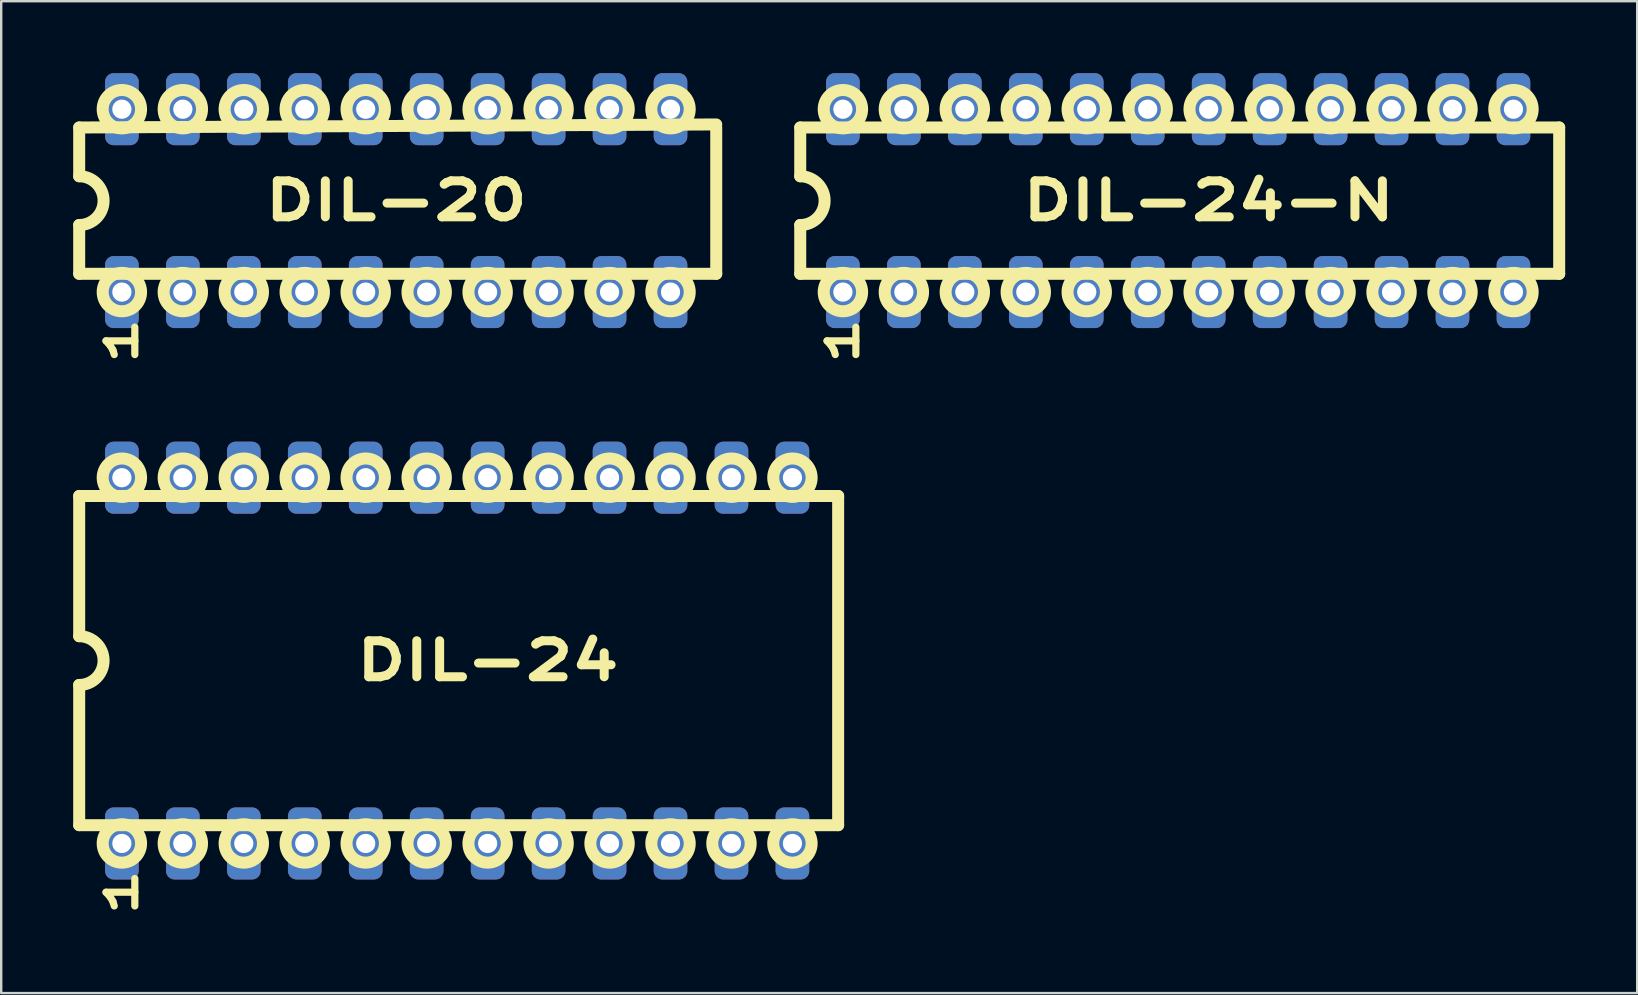
<source format=kicad_pcb>
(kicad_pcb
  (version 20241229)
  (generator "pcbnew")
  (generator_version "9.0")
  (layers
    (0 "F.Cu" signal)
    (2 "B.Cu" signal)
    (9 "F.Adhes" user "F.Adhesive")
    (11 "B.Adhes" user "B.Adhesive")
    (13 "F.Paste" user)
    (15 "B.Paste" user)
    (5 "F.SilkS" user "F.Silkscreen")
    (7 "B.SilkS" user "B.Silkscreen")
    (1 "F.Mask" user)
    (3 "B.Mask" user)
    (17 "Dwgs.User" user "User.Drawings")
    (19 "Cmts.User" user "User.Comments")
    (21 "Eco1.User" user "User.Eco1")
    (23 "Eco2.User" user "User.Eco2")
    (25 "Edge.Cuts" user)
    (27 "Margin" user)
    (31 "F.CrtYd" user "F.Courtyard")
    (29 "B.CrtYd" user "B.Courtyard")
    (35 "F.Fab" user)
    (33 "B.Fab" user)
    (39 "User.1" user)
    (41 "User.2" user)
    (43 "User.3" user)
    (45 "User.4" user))
  (footprint "DIL-24"
    (layer "F.Cu")
    (at 15.998 24.474)
    (property "Reference" "DIL-24" (at 1.27 0 0) (layer "F.SilkS") (effects (font (size 1.5 2) (thickness 0.375))))
    (attr through_hole)
    (fp_line (start -15.748 -6.858) (end 15.875 -6.858) (stroke (width 0.5) (type solid)) (layer "F.SilkS"))
    (fp_line (start -15.748 -1.016) (end -15.748 -6.858) (stroke (width 0.5) (type solid)) (layer "F.SilkS"))
    (fp_line (start -15.748 1.016) (end -15.748 6.858) (stroke (width 0.5) (type solid)) (layer "F.SilkS"))
    (fp_line (start 15.875 -6.858) (end 15.875 6.858) (stroke (width 0.5) (type solid)) (layer "F.SilkS"))
    (fp_line (start 15.875 6.858) (end -15.748 6.858) (stroke (width 0.5) (type solid)) (layer "F.SilkS"))
    (fp_arc (start -15.748 -1.016) (mid -14.732 0) (end -15.748 1.016) (stroke (width 0.5) (type solid)) (layer "F.SilkS"))
    (fp_circle (center -13.97 -7.62) (end -13.17 -7.62) (stroke (width 0.5) (type solid)) (fill no) (layer "F.SilkS"))
    (fp_circle (center -13.97 7.62) (end -13.17 7.62) (stroke (width 0.5) (type solid)) (fill no) (layer "F.SilkS"))
    (fp_circle (center -11.43 -7.62) (end -10.63 -7.62) (stroke (width 0.5) (type solid)) (fill no) (layer "F.SilkS"))
    (fp_circle (center -11.43 7.62) (end -10.63 7.62) (stroke (width 0.5) (type solid)) (fill no) (layer "F.SilkS"))
    (fp_circle (center -8.89 -7.62) (end -8.09 -7.62) (stroke (width 0.5) (type solid)) (fill no) (layer "F.SilkS"))
    (fp_circle (center -8.89 7.62) (end -8.09 7.62) (stroke (width 0.5) (type solid)) (fill no) (layer "F.SilkS"))
    (fp_circle (center -6.35 -7.62) (end -5.55 -7.62) (stroke (width 0.5) (type solid)) (fill no) (layer "F.SilkS"))
    (fp_circle (center -6.35 7.62) (end -5.55 7.62) (stroke (width 0.5) (type solid)) (fill no) (layer "F.SilkS"))
    (fp_circle (center -3.81 -7.62) (end -3.01 -7.62) (stroke (width 0.5) (type solid)) (fill no) (layer "F.SilkS"))
    (fp_circle (center -3.81 7.62) (end -3.01 7.62) (stroke (width 0.5) (type solid)) (fill no) (layer "F.SilkS"))
    (fp_circle (center -1.27 -7.62) (end -0.47 -7.62) (stroke (width 0.5) (type solid)) (fill no) (layer "F.SilkS"))
    (fp_circle (center -1.27 7.62) (end -0.47 7.62) (stroke (width 0.5) (type solid)) (fill no) (layer "F.SilkS"))
    (fp_circle (center 1.27 -7.62) (end 2.07 -7.62) (stroke (width 0.5) (type solid)) (fill no) (layer "F.SilkS"))
    (fp_circle (center 1.27 7.62) (end 2.07 7.62) (stroke (width 0.5) (type solid)) (fill no) (layer "F.SilkS"))
    (fp_circle (center 3.81 -7.62) (end 4.61 -7.62) (stroke (width 0.5) (type solid)) (fill no) (layer "F.SilkS"))
    (fp_circle (center 3.81 7.62) (end 4.61 7.62) (stroke (width 0.5) (type solid)) (fill no) (layer "F.SilkS"))
    (fp_circle (center 6.35 -7.62) (end 7.15 -7.62) (stroke (width 0.5) (type solid)) (fill no) (layer "F.SilkS"))
    (fp_circle (center 6.35 7.62) (end 7.15 7.62) (stroke (width 0.5) (type solid)) (fill no) (layer "F.SilkS"))
    (fp_circle (center 8.89 -7.62) (end 9.69 -7.62) (stroke (width 0.5) (type solid)) (fill no) (layer "F.SilkS"))
    (fp_circle (center 8.89 7.62) (end 9.69 7.62) (stroke (width 0.5) (type solid)) (fill no) (layer "F.SilkS"))
    (fp_circle (center 11.43 -7.62) (end 12.23 -7.62) (stroke (width 0.5) (type solid)) (fill no) (layer "F.SilkS"))
    (fp_circle (center 11.43 7.62) (end 12.23 7.62) (stroke (width 0.5) (type solid)) (fill no) (layer "F.SilkS"))
    (fp_circle (center 13.97 -7.62) (end 14.77 -7.62) (stroke (width 0.5) (type solid)) (fill no) (layer "F.SilkS"))
    (fp_circle (center 13.97 7.62) (end 14.77 7.62) (stroke (width 0.5) (type solid)) (fill no) (layer "F.SilkS"))
    (fp_text user "1" (at -13.97 9.652 90) (unlocked yes) (layer "F.SilkS") (effects (font (size 1.2 2) (thickness 0.3))))
    (pad "1" thru_hole roundrect (at -13.97 7.62) (size 1.4 3) (drill 0.8) (layers "*.Cu" "*.Mask") (roundrect_rratio 0.25))
    (pad "2" thru_hole roundrect (at -11.43 7.62) (size 1.4 3) (drill 0.8) (layers "*.Cu" "*.Mask") (roundrect_rratio 0.25))
    (pad "3" thru_hole roundrect (at -8.89 7.62) (size 1.4 3) (drill 0.8) (layers "*.Cu" "*.Mask") (roundrect_rratio 0.25))
    (pad "4" thru_hole roundrect (at -6.35 7.62) (size 1.4 3) (drill 0.8) (layers "*.Cu" "*.Mask") (roundrect_rratio 0.25))
    (pad "5" thru_hole roundrect (at -3.81 7.62) (size 1.4 3) (drill 0.8) (layers "*.Cu" "*.Mask") (roundrect_rratio 0.25))
    (pad "6" thru_hole roundrect (at -1.27 7.62) (size 1.4 3) (drill 0.8) (layers "*.Cu" "*.Mask") (roundrect_rratio 0.25))
    (pad "7" thru_hole roundrect (at 1.27 7.62) (size 1.4 3) (drill 0.8) (layers "*.Cu" "*.Mask") (roundrect_rratio 0.25))
    (pad "8" thru_hole roundrect (at 3.81 7.62) (size 1.4 3) (drill 0.8) (layers "*.Cu" "*.Mask") (roundrect_rratio 0.25))
    (pad "9" thru_hole roundrect (at 6.35 7.62) (size 1.4 3) (drill 0.8) (layers "*.Cu" "*.Mask") (roundrect_rratio 0.25))
    (pad "10" thru_hole roundrect (at 8.89 7.62) (size 1.4 3) (drill 0.8) (layers "*.Cu" "*.Mask") (roundrect_rratio 0.25))
    (pad "11" thru_hole roundrect (at 11.43 7.62) (size 1.4 3) (drill 0.8) (layers "*.Cu" "*.Mask") (roundrect_rratio 0.25))
    (pad "12" thru_hole roundrect (at 13.97 7.62) (size 1.4 3) (drill 0.8) (layers "*.Cu" "*.Mask") (roundrect_rratio 0.25))
    (pad "13" thru_hole roundrect (at 13.97 -7.62) (size 1.4 3) (drill 0.8) (layers "*.Cu" "*.Mask") (roundrect_rratio 0.25))
    (pad "14" thru_hole roundrect (at 11.43 -7.62) (size 1.4 3) (drill 0.8) (layers "*.Cu" "*.Mask") (roundrect_rratio 0.25))
    (pad "15" thru_hole roundrect (at 8.89 -7.62) (size 1.4 3) (drill 0.8) (layers "*.Cu" "*.Mask") (roundrect_rratio 0.25))
    (pad "16" thru_hole roundrect (at 6.35 -7.62) (size 1.4 3) (drill 0.8) (layers "*.Cu" "*.Mask") (roundrect_rratio 0.25))
    (pad "17" thru_hole roundrect (at 3.81 -7.62) (size 1.4 3) (drill 0.8) (layers "*.Cu" "*.Mask") (roundrect_rratio 0.25))
    (pad "18" thru_hole roundrect (at 1.27 -7.62) (size 1.4 3) (drill 0.8) (layers "*.Cu" "*.Mask") (roundrect_rratio 0.25))
    (pad "19" thru_hole roundrect (at -1.27 -7.62) (size 1.4 3) (drill 0.8) (layers "*.Cu" "*.Mask") (roundrect_rratio 0.25))
    (pad "20" thru_hole roundrect (at -3.81 -7.62) (size 1.4 3) (drill 0.8) (layers "*.Cu" "*.Mask") (roundrect_rratio 0.25))
    (pad "21" thru_hole roundrect (at -6.35 -7.62) (size 1.4 3) (drill 0.8) (layers "*.Cu" "*.Mask") (roundrect_rratio 0.25))
    (pad "22" thru_hole roundrect (at -8.89 -7.62) (size 1.4 3) (drill 0.8) (layers "*.Cu" "*.Mask") (roundrect_rratio 0.25))
    (pad "23" thru_hole roundrect (at -11.43 -7.62) (size 1.4 3) (drill 0.8) (layers "*.Cu" "*.Mask") (roundrect_rratio 0.25))
    (pad "24" thru_hole roundrect (at -13.97 -7.62) (size 1.4 3) (drill 0.8) (layers "*.Cu" "*.Mask") (roundrect_rratio 0.25)))
  (footprint "DIL-20"
    (layer "F.Cu")
    (at 12.188 5.31)
    (property "Reference" "DIL-20" (at 1.27 0 0) (layer "F.SilkS") (effects (font (size 1.5 2) (thickness 0.375))))
    (attr through_hole)
    (fp_line (start -11.938 -3.048) (end 14.605 -3.175) (stroke (width 0.5) (type solid)) (layer "F.SilkS"))
    (fp_line (start -11.938 -1.016) (end -11.938 -3.048) (stroke (width 0.5) (type solid)) (layer "F.SilkS"))
    (fp_line (start -11.938 1.016) (end -11.938 3.048) (stroke (width 0.5) (type solid)) (layer "F.SilkS"))
    (fp_line (start 14.605 -3.048) (end 14.605 3.048) (stroke (width 0.5) (type solid)) (layer "F.SilkS"))
    (fp_line (start 14.605 3.048) (end -11.938 3.048) (stroke (width 0.5) (type solid)) (layer "F.SilkS"))
    (fp_arc (start -11.938 -1.016) (mid -10.922 0) (end -11.938 1.016) (stroke (width 0.5) (type solid)) (layer "F.SilkS"))
    (fp_circle (center -10.16 -3.81) (end -9.36 -3.81) (stroke (width 0.5) (type solid)) (fill no) (layer "F.SilkS"))
    (fp_circle (center -10.16 3.81) (end -9.36 3.81) (stroke (width 0.5) (type solid)) (fill no) (layer "F.SilkS"))
    (fp_circle (center -7.62 -3.81) (end -6.82 -3.81) (stroke (width 0.5) (type solid)) (fill no) (layer "F.SilkS"))
    (fp_circle (center -7.62 3.81) (end -6.82 3.81) (stroke (width 0.5) (type solid)) (fill no) (layer "F.SilkS"))
    (fp_circle (center -5.08 -3.81) (end -4.28 -3.81) (stroke (width 0.5) (type solid)) (fill no) (layer "F.SilkS"))
    (fp_circle (center -5.08 3.81) (end -4.28 3.81) (stroke (width 0.5) (type solid)) (fill no) (layer "F.SilkS"))
    (fp_circle (center -2.54 -3.81) (end -1.74 -3.81) (stroke (width 0.5) (type solid)) (fill no) (layer "F.SilkS"))
    (fp_circle (center -2.54 3.81) (end -1.74 3.81) (stroke (width 0.5) (type solid)) (fill no) (layer "F.SilkS"))
    (fp_circle (center 0 -3.81) (end 0.8 -3.81) (stroke (width 0.5) (type solid)) (fill no) (layer "F.SilkS"))
    (fp_circle (center 0 3.81) (end 0.8 3.81) (stroke (width 0.5) (type solid)) (fill no) (layer "F.SilkS"))
    (fp_circle (center 2.54 -3.81) (end 3.34 -3.81) (stroke (width 0.5) (type solid)) (fill no) (layer "F.SilkS"))
    (fp_circle (center 2.54 3.81) (end 3.34 3.81) (stroke (width 0.5) (type solid)) (fill no) (layer "F.SilkS"))
    (fp_circle (center 5.08 -3.81) (end 5.88 -3.81) (stroke (width 0.5) (type solid)) (fill no) (layer "F.SilkS"))
    (fp_circle (center 5.08 3.81) (end 5.88 3.81) (stroke (width 0.5) (type solid)) (fill no) (layer "F.SilkS"))
    (fp_circle (center 7.62 -3.81) (end 8.42 -3.81) (stroke (width 0.5) (type solid)) (fill no) (layer "F.SilkS"))
    (fp_circle (center 7.62 3.81) (end 8.42 3.81) (stroke (width 0.5) (type solid)) (fill no) (layer "F.SilkS"))
    (fp_circle (center 10.16 -3.81) (end 10.96 -3.81) (stroke (width 0.5) (type solid)) (fill no) (layer "F.SilkS"))
    (fp_circle (center 10.16 3.81) (end 10.96 3.81) (stroke (width 0.5) (type solid)) (fill no) (layer "F.SilkS"))
    (fp_circle (center 12.7 -3.81) (end 13.5 -3.81) (stroke (width 0.5) (type solid)) (fill no) (layer "F.SilkS"))
    (fp_circle (center 12.7 3.81) (end 13.5 3.81) (stroke (width 0.5) (type solid)) (fill no) (layer "F.SilkS"))
    (fp_text user "1" (at -10.16 5.842 90) (unlocked yes) (layer "F.SilkS") (effects (font (size 1.2 2) (thickness 0.3))))
    (pad "1" thru_hole roundrect (at -10.16 3.81) (size 1.4 3) (drill 0.8) (layers "*.Cu" "*.Mask") (roundrect_rratio 0.25))
    (pad "2" thru_hole roundrect (at -7.62 3.81) (size 1.4 3) (drill 0.8) (layers "*.Cu" "*.Mask") (roundrect_rratio 0.25))
    (pad "3" thru_hole roundrect (at -5.08 3.81) (size 1.4 3) (drill 0.8) (layers "*.Cu" "*.Mask") (roundrect_rratio 0.25))
    (pad "4" thru_hole roundrect (at -2.54 3.81) (size 1.4 3) (drill 0.8) (layers "*.Cu" "*.Mask") (roundrect_rratio 0.25))
    (pad "5" thru_hole roundrect (at 0 3.81) (size 1.4 3) (drill 0.8) (layers "*.Cu" "*.Mask") (roundrect_rratio 0.25))
    (pad "6" thru_hole roundrect (at 2.54 3.81) (size 1.4 3) (drill 0.8) (layers "*.Cu" "*.Mask") (roundrect_rratio 0.25))
    (pad "7" thru_hole roundrect (at 5.08 3.81) (size 1.4 3) (drill 0.8) (layers "*.Cu" "*.Mask") (roundrect_rratio 0.25))
    (pad "8" thru_hole roundrect (at 7.62 3.81) (size 1.4 3) (drill 0.8) (layers "*.Cu" "*.Mask") (roundrect_rratio 0.25))
    (pad "9" thru_hole roundrect (at 10.16 3.81) (size 1.4 3) (drill 0.8) (layers "*.Cu" "*.Mask") (roundrect_rratio 0.25))
    (pad "10" thru_hole roundrect (at 12.7 3.81) (size 1.4 3) (drill 0.8) (layers "*.Cu" "*.Mask") (roundrect_rratio 0.25))
    (pad "11" thru_hole roundrect (at 12.7 -3.81) (size 1.4 3) (drill 0.8) (layers "*.Cu" "*.Mask") (roundrect_rratio 0.25))
    (pad "12" thru_hole roundrect (at 10.16 -3.81) (size 1.4 3) (drill 0.8) (layers "*.Cu" "*.Mask") (roundrect_rratio 0.25))
    (pad "13" thru_hole roundrect (at 7.62 -3.81) (size 1.4 3) (drill 0.8) (layers "*.Cu" "*.Mask") (roundrect_rratio 0.25))
    (pad "14" thru_hole roundrect (at 5.08 -3.81) (size 1.4 3) (drill 0.8) (layers "*.Cu" "*.Mask") (roundrect_rratio 0.25))
    (pad "15" thru_hole roundrect (at 2.54 -3.81) (size 1.4 3) (drill 0.8) (layers "*.Cu" "*.Mask") (roundrect_rratio 0.25))
    (pad "16" thru_hole roundrect (at 0 -3.81) (size 1.4 3) (drill 0.8) (layers "*.Cu" "*.Mask") (roundrect_rratio 0.25))
    (pad "17" thru_hole roundrect (at -2.54 -3.81) (size 1.4 3) (drill 0.8) (layers "*.Cu" "*.Mask") (roundrect_rratio 0.25))
    (pad "18" thru_hole roundrect (at -5.08 -3.81) (size 1.4 3) (drill 0.8) (layers "*.Cu" "*.Mask") (roundrect_rratio 0.25))
    (pad "19" thru_hole roundrect (at -7.62 -3.81) (size 1.4 3) (drill 0.8) (layers "*.Cu" "*.Mask") (roundrect_rratio 0.25))
    (pad "20" thru_hole roundrect (at -10.16 -3.81) (size 1.4 3) (drill 0.8) (layers "*.Cu" "*.Mask") (roundrect_rratio 0.25)))
  (footprint "DIL-24-N"
    (layer "F.Cu")
    (at 46.041 5.31)
    (property "Reference" "DIL-24-N" (at 1.27 0 0) (layer "F.SilkS") (effects (font (size 1.5 2) (thickness 0.375))))
    (attr through_hole)
    (fp_line (start -15.748 -3.048) (end 15.875 -3.048) (stroke (width 0.5) (type solid)) (layer "F.SilkS"))
    (fp_line (start -15.748 -1.016) (end -15.748 -3.048) (stroke (width 0.5) (type solid)) (layer "F.SilkS"))
    (fp_line (start -15.748 1.016) (end -15.748 3.048) (stroke (width 0.5) (type solid)) (layer "F.SilkS"))
    (fp_line (start 15.875 -3.048) (end 15.875 3.048) (stroke (width 0.5) (type solid)) (layer "F.SilkS"))
    (fp_line (start 15.875 3.048) (end -15.748 3.048) (stroke (width 0.5) (type solid)) (layer "F.SilkS"))
    (fp_arc (start -15.748 -1.016) (mid -14.732 0) (end -15.748 1.016) (stroke (width 0.5) (type solid)) (layer "F.SilkS"))
    (fp_circle (center -13.97 -3.81) (end -13.17 -3.81) (stroke (width 0.5) (type solid)) (fill no) (layer "F.SilkS"))
    (fp_circle (center -13.97 3.81) (end -13.17 3.81) (stroke (width 0.5) (type solid)) (fill no) (layer "F.SilkS"))
    (fp_circle (center -11.43 -3.81) (end -10.63 -3.81) (stroke (width 0.5) (type solid)) (fill no) (layer "F.SilkS"))
    (fp_circle (center -11.43 3.81) (end -10.63 3.81) (stroke (width 0.5) (type solid)) (fill no) (layer "F.SilkS"))
    (fp_circle (center -8.89 -3.81) (end -8.09 -3.81) (stroke (width 0.5) (type solid)) (fill no) (layer "F.SilkS"))
    (fp_circle (center -8.89 3.81) (end -8.09 3.81) (stroke (width 0.5) (type solid)) (fill no) (layer "F.SilkS"))
    (fp_circle (center -6.35 -3.81) (end -5.55 -3.81) (stroke (width 0.5) (type solid)) (fill no) (layer "F.SilkS"))
    (fp_circle (center -6.35 3.81) (end -5.55 3.81) (stroke (width 0.5) (type solid)) (fill no) (layer "F.SilkS"))
    (fp_circle (center -3.81 -3.81) (end -3.01 -3.81) (stroke (width 0.5) (type solid)) (fill no) (layer "F.SilkS"))
    (fp_circle (center -3.81 3.81) (end -3.01 3.81) (stroke (width 0.5) (type solid)) (fill no) (layer "F.SilkS"))
    (fp_circle (center -1.27 -3.81) (end -0.47 -3.81) (stroke (width 0.5) (type solid)) (fill no) (layer "F.SilkS"))
    (fp_circle (center -1.27 3.81) (end -0.47 3.81) (stroke (width 0.5) (type solid)) (fill no) (layer "F.SilkS"))
    (fp_circle (center 1.27 -3.81) (end 2.07 -3.81) (stroke (width 0.5) (type solid)) (fill no) (layer "F.SilkS"))
    (fp_circle (center 1.27 3.81) (end 2.07 3.81) (stroke (width 0.5) (type solid)) (fill no) (layer "F.SilkS"))
    (fp_circle (center 3.81 -3.81) (end 4.61 -3.81) (stroke (width 0.5) (type solid)) (fill no) (layer "F.SilkS"))
    (fp_circle (center 3.81 3.81) (end 4.61 3.81) (stroke (width 0.5) (type solid)) (fill no) (layer "F.SilkS"))
    (fp_circle (center 6.35 -3.81) (end 7.15 -3.81) (stroke (width 0.5) (type solid)) (fill no) (layer "F.SilkS"))
    (fp_circle (center 6.35 3.81) (end 7.15 3.81) (stroke (width 0.5) (type solid)) (fill no) (layer "F.SilkS"))
    (fp_circle (center 8.89 -3.81) (end 9.69 -3.81) (stroke (width 0.5) (type solid)) (fill no) (layer "F.SilkS"))
    (fp_circle (center 8.89 3.81) (end 9.69 3.81) (stroke (width 0.5) (type solid)) (fill no) (layer "F.SilkS"))
    (fp_circle (center 11.43 -3.81) (end 12.23 -3.81) (stroke (width 0.5) (type solid)) (fill no) (layer "F.SilkS"))
    (fp_circle (center 11.43 3.81) (end 12.23 3.81) (stroke (width 0.5) (type solid)) (fill no) (layer "F.SilkS"))
    (fp_circle (center 13.97 -3.81) (end 14.77 -3.81) (stroke (width 0.5) (type solid)) (fill no) (layer "F.SilkS"))
    (fp_circle (center 13.97 3.81) (end 14.77 3.81) (stroke (width 0.5) (type solid)) (fill no) (layer "F.SilkS"))
    (fp_text user "1" (at -13.97 5.842 90) (unlocked yes) (layer "F.SilkS") (effects (font (size 1.2 2) (thickness 0.3))))
    (pad "1" thru_hole roundrect (at -13.97 3.81) (size 1.4 3) (drill 0.8) (layers "*.Cu" "*.Mask") (roundrect_rratio 0.25))
    (pad "2" thru_hole roundrect (at -11.43 3.81) (size 1.4 3) (drill 0.8) (layers "*.Cu" "*.Mask") (roundrect_rratio 0.25))
    (pad "3" thru_hole roundrect (at -8.89 3.81) (size 1.4 3) (drill 0.8) (layers "*.Cu" "*.Mask") (roundrect_rratio 0.25))
    (pad "4" thru_hole roundrect (at -6.35 3.81) (size 1.4 3) (drill 0.8) (layers "*.Cu" "*.Mask") (roundrect_rratio 0.25))
    (pad "5" thru_hole roundrect (at -3.81 3.81) (size 1.4 3) (drill 0.8) (layers "*.Cu" "*.Mask") (roundrect_rratio 0.25))
    (pad "6" thru_hole roundrect (at -1.27 3.81) (size 1.4 3) (drill 0.8) (layers "*.Cu" "*.Mask") (roundrect_rratio 0.25))
    (pad "7" thru_hole roundrect (at 1.27 3.81) (size 1.4 3) (drill 0.8) (layers "*.Cu" "*.Mask") (roundrect_rratio 0.25))
    (pad "8" thru_hole roundrect (at 3.81 3.81) (size 1.4 3) (drill 0.8) (layers "*.Cu" "*.Mask") (roundrect_rratio 0.25))
    (pad "9" thru_hole roundrect (at 6.35 3.81) (size 1.4 3) (drill 0.8) (layers "*.Cu" "*.Mask") (roundrect_rratio 0.25))
    (pad "10" thru_hole roundrect (at 8.89 3.81) (size 1.4 3) (drill 0.8) (layers "*.Cu" "*.Mask") (roundrect_rratio 0.25))
    (pad "11" thru_hole roundrect (at 11.43 3.81) (size 1.4 3) (drill 0.8) (layers "*.Cu" "*.Mask") (roundrect_rratio 0.25))
    (pad "12" thru_hole roundrect (at 13.97 3.81) (size 1.4 3) (drill 0.8) (layers "*.Cu" "*.Mask") (roundrect_rratio 0.25))
    (pad "13" thru_hole roundrect (at 13.97 -3.81) (size 1.4 3) (drill 0.8) (layers "*.Cu" "*.Mask") (roundrect_rratio 0.25))
    (pad "14" thru_hole roundrect (at 11.43 -3.81) (size 1.4 3) (drill 0.8) (layers "*.Cu" "*.Mask") (roundrect_rratio 0.25))
    (pad "15" thru_hole roundrect (at 8.89 -3.81) (size 1.4 3) (drill 0.8) (layers "*.Cu" "*.Mask") (roundrect_rratio 0.25))
    (pad "16" thru_hole roundrect (at 6.35 -3.81) (size 1.4 3) (drill 0.8) (layers "*.Cu" "*.Mask") (roundrect_rratio 0.25))
    (pad "17" thru_hole roundrect (at 3.81 -3.81) (size 1.4 3) (drill 0.8) (layers "*.Cu" "*.Mask") (roundrect_rratio 0.25))
    (pad "18" thru_hole roundrect (at 1.27 -3.81) (size 1.4 3) (drill 0.8) (layers "*.Cu" "*.Mask") (roundrect_rratio 0.25))
    (pad "19" thru_hole roundrect (at -1.27 -3.81) (size 1.4 3) (drill 0.8) (layers "*.Cu" "*.Mask") (roundrect_rratio 0.25))
    (pad "20" thru_hole roundrect (at -3.81 -3.81) (size 1.4 3) (drill 0.8) (layers "*.Cu" "*.Mask") (roundrect_rratio 0.25))
    (pad "21" thru_hole roundrect (at -6.35 -3.81) (size 1.4 3) (drill 0.8) (layers "*.Cu" "*.Mask") (roundrect_rratio 0.25))
    (pad "22" thru_hole roundrect (at -8.89 -3.81) (size 1.4 3) (drill 0.8) (layers "*.Cu" "*.Mask") (roundrect_rratio 0.25))
    (pad "23" thru_hole roundrect (at -11.43 -3.81) (size 1.4 3) (drill 0.8) (layers "*.Cu" "*.Mask") (roundrect_rratio 0.25))
    (pad "24" thru_hole roundrect (at -13.97 -3.81) (size 1.4 3) (drill 0.8) (layers "*.Cu" "*.Mask") (roundrect_rratio 0.25)))
  (gr_rect
    (start -3 -3)
    (end 65.166 38.329)
    (stroke (width 0.1) (type default))
    (fill no)
    (layer "Edge.Cuts")))
</source>
